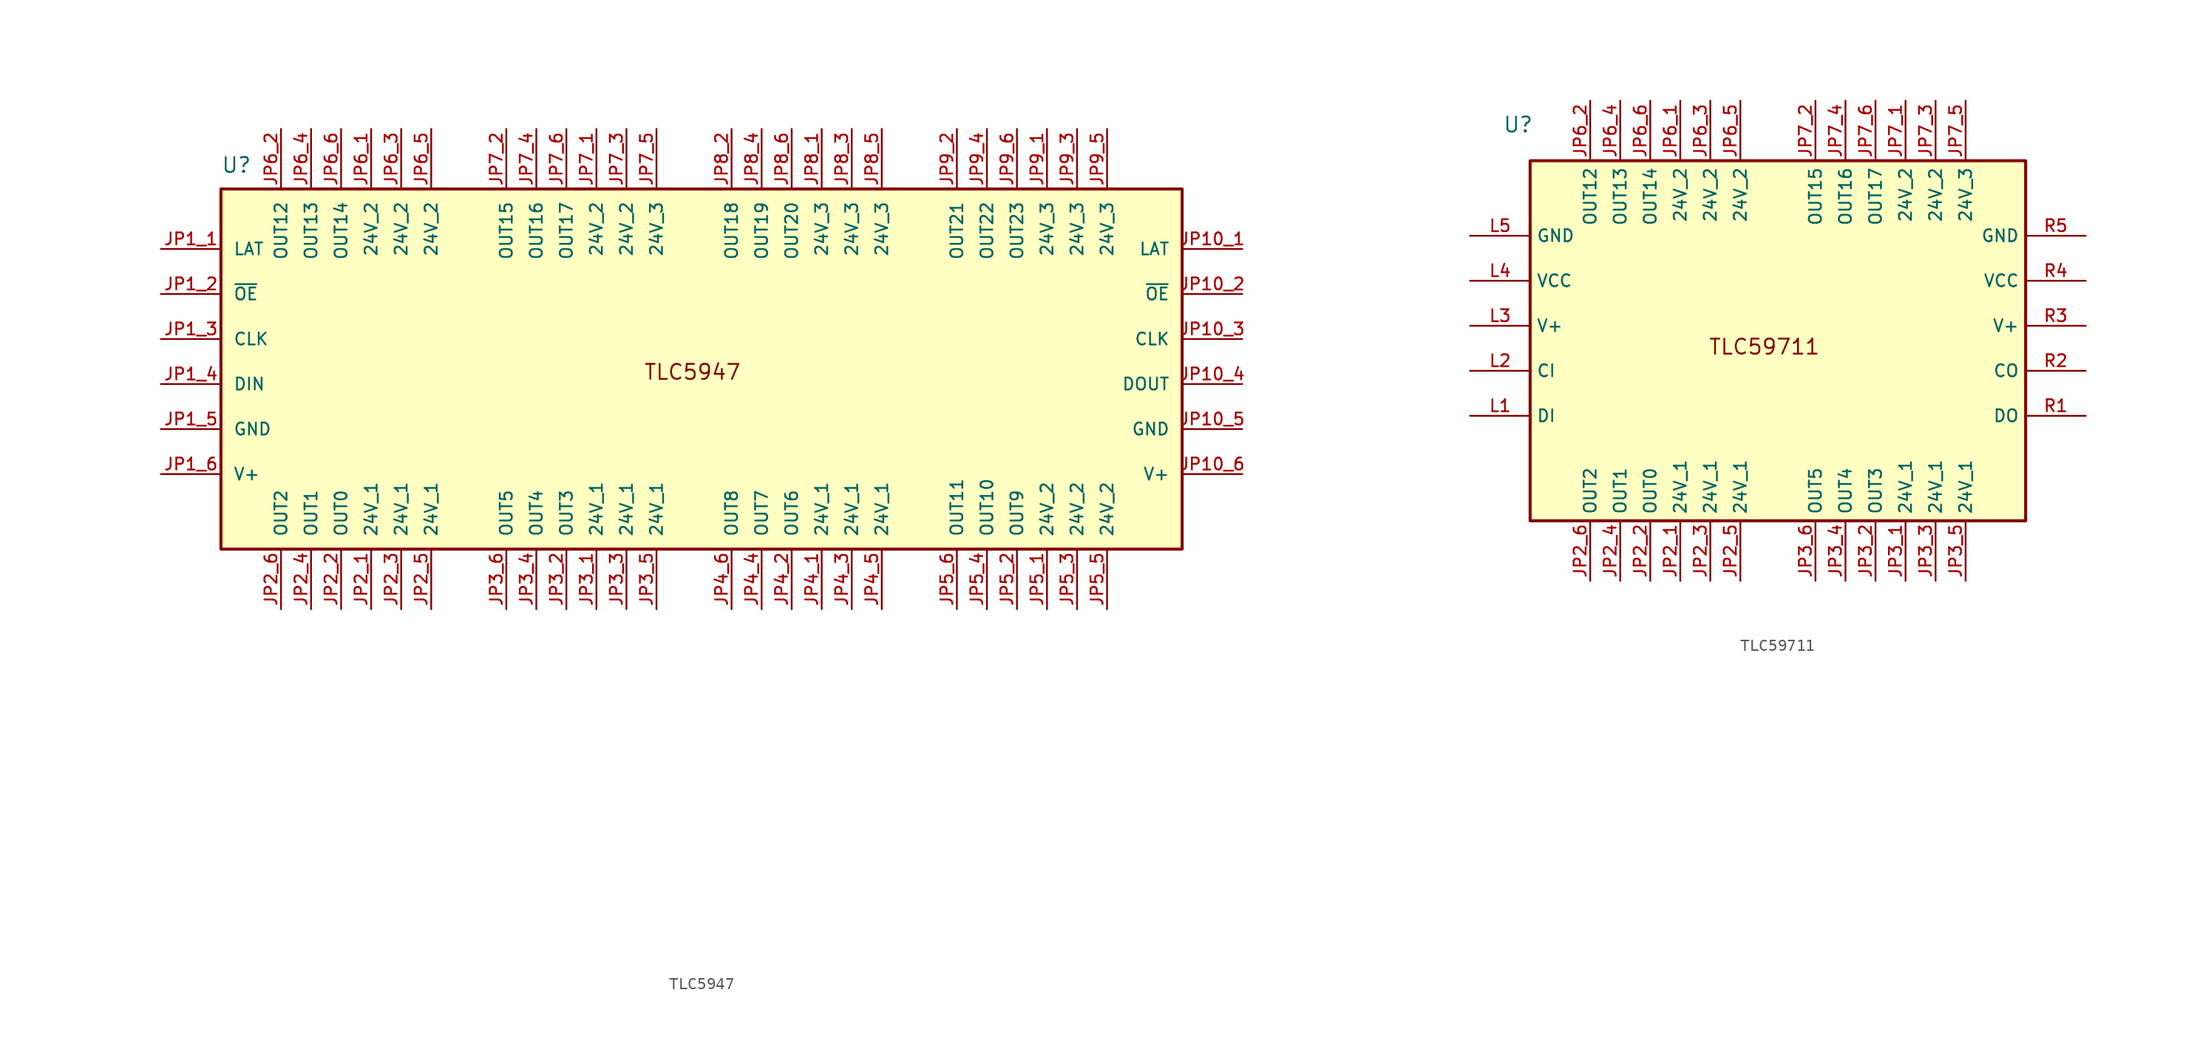
<source format=kicad_sym>
(kicad_symbol_lib
  (version 20231120)
  (generator "kicad_symbol_editor")
  (generator_version "8.0")
  (symbol "TLC5947"
    (pin_names
      (offset 1.016))
    (property "Reference" "U"
      (at -39.37 16.51 0)
      (effects (font (size 1.27 1.27)) (justify left bottom)))
    (property "Value" ""
      (at -15.24 -44.45 0)
      (effects (font (size 1.27 1.27)) (justify left bottom)))
    (symbol "TLC5947_0_0"
      (rectangle (start -39.37 15.24) (end 41.91 -15.24) (stroke (width 0.254) (type default)) (fill (type background)))
      (pin bidirectional line (at 46.99 10.16 180) (length 5.08) (name "LAT" (effects (font (size 1.016 1.016)))) (number "JP10_1" (effects (font (size 1.016 1.016)))))
      (pin input line (at 46.99 6.35 180) (length 5.08) (name "~{OE}" (effects (font (size 1.016 1.016)))) (number "JP10_2" (effects (font (size 1.016 1.016)))))
      (pin input line (at 46.99 2.54 180) (length 5.08) (name "CLK" (effects (font (size 1.016 1.016)))) (number "JP10_3" (effects (font (size 1.016 1.016)))))
      (pin output line (at 46.99 -1.27 180) (length 5.08) (name "DOUT" (effects (font (size 1.016 1.016)))) (number "JP10_4" (effects (font (size 1.016 1.016)))))
      (pin power_in line (at 46.99 -5.08 180) (length 5.08) (name "GND" (effects (font (size 1.016 1.016)))) (number "JP10_5" (effects (font (size 1.016 1.016)))))
      (pin power_in line (at 46.99 -8.89 180) (length 5.08) (name "V+" (effects (font (size 1.016 1.016)))) (number "JP10_6" (effects (font (size 1.016 1.016)))))
      (pin bidirectional line (at -44.45 10.16 0) (length 5.08) (name "LAT" (effects (font (size 1.016 1.016)))) (number "JP1_1" (effects (font (size 1.016 1.016)))))
      (pin input line (at -44.45 6.35 0) (length 5.08) (name "~{OE}" (effects (font (size 1.016 1.016)))) (number "JP1_2" (effects (font (size 1.016 1.016)))))
      (pin input line (at -44.45 2.54 0) (length 5.08) (name "CLK" (effects (font (size 1.016 1.016)))) (number "JP1_3" (effects (font (size 1.016 1.016)))))
      (pin input line (at -44.45 -1.27 0) (length 5.08) (name "DIN" (effects (font (size 1.016 1.016)))) (number "JP1_4" (effects (font (size 1.016 1.016)))))
      (pin power_in line (at -44.45 -5.08 0) (length 5.08) (name "GND" (effects (font (size 1.016 1.016)))) (number "JP1_5" (effects (font (size 1.016 1.016)))))
      (pin power_in line (at -44.45 -8.89 0) (length 5.08) (name "V+" (effects (font (size 1.016 1.016)))) (number "JP1_6" (effects (font (size 1.016 1.016)))))
      (pin power_in line (at -26.67 -20.32 90) (length 5.08) (name "24V_1" (effects (font (size 1.016 1.016)))) (number "JP2_1" (effects (font (size 1.016 1.016)))))
      (pin output line (at -29.21 -20.32 90) (length 5.08) (name "OUT0" (effects (font (size 1.016 1.016)))) (number "JP2_2" (effects (font (size 1.016 1.016)))))
      (pin power_in line (at -24.13 -20.32 90) (length 5.08) (name "24V_1" (effects (font (size 1.016 1.016)))) (number "JP2_3" (effects (font (size 1.016 1.016)))))
      (pin output line (at -31.75 -20.32 90) (length 5.08) (name "OUT1" (effects (font (size 1.016 1.016)))) (number "JP2_4" (effects (font (size 1.016 1.016)))))
      (pin power_in line (at -21.59 -20.32 90) (length 5.08) (name "24V_1" (effects (font (size 1.016 1.016)))) (number "JP2_5" (effects (font (size 1.016 1.016)))))
      (pin output line (at -34.29 -20.32 90) (length 5.08) (name "OUT2" (effects (font (size 1.016 1.016)))) (number "JP2_6" (effects (font (size 1.016 1.016)))))
      (pin power_in line (at -7.62 -20.32 90) (length 5.08) (name "24V_1" (effects (font (size 1.016 1.016)))) (number "JP3_1" (effects (font (size 1.016 1.016)))))
      (pin output line (at -10.16 -20.32 90) (length 5.08) (name "OUT3" (effects (font (size 1.016 1.016)))) (number "JP3_2" (effects (font (size 1.016 1.016)))))
      (pin power_in line (at -5.08 -20.32 90) (length 5.08) (name "24V_1" (effects (font (size 1.016 1.016)))) (number "JP3_3" (effects (font (size 1.016 1.016)))))
      (pin output line (at -12.7 -20.32 90) (length 5.08) (name "OUT4" (effects (font (size 1.016 1.016)))) (number "JP3_4" (effects (font (size 1.016 1.016)))))
      (pin power_in line (at -2.54 -20.32 90) (length 5.08) (name "24V_1" (effects (font (size 1.016 1.016)))) (number "JP3_5" (effects (font (size 1.016 1.016)))))
      (pin output line (at -15.24 -20.32 90) (length 5.08) (name "OUT5" (effects (font (size 1.016 1.016)))) (number "JP3_6" (effects (font (size 1.016 1.016)))))
      (pin power_in line (at 11.43 -20.32 90) (length 5.08) (name "24V_1" (effects (font (size 1.016 1.016)))) (number "JP4_1" (effects (font (size 1.016 1.016)))))
      (pin output line (at 8.89 -20.32 90) (length 5.08) (name "OUT6" (effects (font (size 1.016 1.016)))) (number "JP4_2" (effects (font (size 1.016 1.016)))))
      (pin power_in line (at 13.97 -20.32 90) (length 5.08) (name "24V_1" (effects (font (size 1.016 1.016)))) (number "JP4_3" (effects (font (size 1.016 1.016)))))
      (pin output line (at 6.35 -20.32 90) (length 5.08) (name "OUT7" (effects (font (size 1.016 1.016)))) (number "JP4_4" (effects (font (size 1.016 1.016)))))
      (pin power_in line (at 16.51 -20.32 90) (length 5.08) (name "24V_1" (effects (font (size 1.016 1.016)))) (number "JP4_5" (effects (font (size 1.016 1.016)))))
      (pin output line (at 3.81 -20.32 90) (length 5.08) (name "OUT8" (effects (font (size 1.016 1.016)))) (number "JP4_6" (effects (font (size 1.016 1.016)))))
      (pin power_in line (at 30.48 -20.32 90) (length 5.08) (name "24V_2" (effects (font (size 1.016 1.016)))) (number "JP5_1" (effects (font (size 1.016 1.016)))))
      (pin output line (at 27.94 -20.32 90) (length 5.08) (name "OUT9" (effects (font (size 1.016 1.016)))) (number "JP5_2" (effects (font (size 1.016 1.016)))))
      (pin power_in line (at 33.02 -20.32 90) (length 5.08) (name "24V_2" (effects (font (size 1.016 1.016)))) (number "JP5_3" (effects (font (size 1.016 1.016)))))
      (pin output line (at 25.4 -20.32 90) (length 5.08) (name "OUT10" (effects (font (size 1.016 1.016)))) (number "JP5_4" (effects (font (size 1.016 1.016)))))
      (pin power_in line (at 35.56 -20.32 90) (length 5.08) (name "24V_2" (effects (font (size 1.016 1.016)))) (number "JP5_5" (effects (font (size 1.016 1.016)))))
      (pin output line (at 22.86 -20.32 90) (length 5.08) (name "OUT11" (effects (font (size 1.016 1.016)))) (number "JP5_6" (effects (font (size 1.016 1.016)))))
      (pin power_in line (at -26.67 20.32 270) (length 5.08) (name "24V_2" (effects (font (size 1.016 1.016)))) (number "JP6_1" (effects (font (size 1.016 1.016)))))
      (pin output line (at -34.29 20.32 270) (length 5.08) (name "OUT12" (effects (font (size 1.016 1.016)))) (number "JP6_2" (effects (font (size 1.016 1.016)))))
      (pin power_in line (at -24.13 20.32 270) (length 5.08) (name "24V_2" (effects (font (size 1.016 1.016)))) (number "JP6_3" (effects (font (size 1.016 1.016)))))
      (pin output line (at -31.75 20.32 270) (length 5.08) (name "OUT13" (effects (font (size 1.016 1.016)))) (number "JP6_4" (effects (font (size 1.016 1.016)))))
      (pin power_in line (at -21.59 20.32 270) (length 5.08) (name "24V_2" (effects (font (size 1.016 1.016)))) (number "JP6_5" (effects (font (size 1.016 1.016)))))
      (pin output line (at -29.21 20.32 270) (length 5.08) (name "OUT14" (effects (font (size 1.016 1.016)))) (number "JP6_6" (effects (font (size 1.016 1.016)))))
      (pin power_in line (at -7.62 20.32 270) (length 5.08) (name "24V_2" (effects (font (size 1.016 1.016)))) (number "JP7_1" (effects (font (size 1.016 1.016)))))
      (pin output line (at -15.24 20.32 270) (length 5.08) (name "OUT15" (effects (font (size 1.016 1.016)))) (number "JP7_2" (effects (font (size 1.016 1.016)))))
      (pin power_in line (at -5.08 20.32 270) (length 5.08) (name "24V_2" (effects (font (size 1.016 1.016)))) (number "JP7_3" (effects (font (size 1.016 1.016)))))
      (pin output line (at -12.7 20.32 270) (length 5.08) (name "OUT16" (effects (font (size 1.016 1.016)))) (number "JP7_4" (effects (font (size 1.016 1.016)))))
      (pin power_in line (at -2.54 20.32 270) (length 5.08) (name "24V_3" (effects (font (size 1.016 1.016)))) (number "JP7_5" (effects (font (size 1.016 1.016)))))
      (pin output line (at -10.16 20.32 270) (length 5.08) (name "OUT17" (effects (font (size 1.016 1.016)))) (number "JP7_6" (effects (font (size 1.016 1.016)))))
      (pin power_in line (at 11.43 20.32 270) (length 5.08) (name "24V_3" (effects (font (size 1.016 1.016)))) (number "JP8_1" (effects (font (size 1.016 1.016)))))
      (pin output line (at 3.81 20.32 270) (length 5.08) (name "OUT18" (effects (font (size 1.016 1.016)))) (number "JP8_2" (effects (font (size 1.016 1.016)))))
      (pin power_in line (at 13.97 20.32 270) (length 5.08) (name "24V_3" (effects (font (size 1.016 1.016)))) (number "JP8_3" (effects (font (size 1.016 1.016)))))
      (pin output line (at 6.35 20.32 270) (length 5.08) (name "OUT19" (effects (font (size 1.016 1.016)))) (number "JP8_4" (effects (font (size 1.016 1.016)))))
      (pin power_in line (at 16.51 20.32 270) (length 5.08) (name "24V_3" (effects (font (size 1.016 1.016)))) (number "JP8_5" (effects (font (size 1.016 1.016)))))
      (pin output line (at 8.89 20.32 270) (length 5.08) (name "OUT20" (effects (font (size 1.016 1.016)))) (number "JP8_6" (effects (font (size 1.016 1.016)))))
      (pin power_in line (at 30.48 20.32 270) (length 5.08) (name "24V_3" (effects (font (size 1.016 1.016)))) (number "JP9_1" (effects (font (size 1.016 1.016)))))
      (pin output line (at 22.86 20.32 270) (length 5.08) (name "OUT21" (effects (font (size 1.016 1.016)))) (number "JP9_2" (effects (font (size 1.016 1.016)))))
      (pin power_in line (at 33.02 20.32 270) (length 5.08) (name "24V_3" (effects (font (size 1.016 1.016)))) (number "JP9_3" (effects (font (size 1.016 1.016)))))
      (pin output line (at 25.4 20.32 270) (length 5.08) (name "OUT22" (effects (font (size 1.016 1.016)))) (number "JP9_4" (effects (font (size 1.016 1.016)))))
      (pin power_in line (at 35.56 20.32 270) (length 5.08) (name "24V_3" (effects (font (size 1.016 1.016)))) (number "JP9_5" (effects (font (size 1.016 1.016)))))
      (pin output line (at 27.94 20.32 270) (length 5.08) (name "OUT23" (effects (font (size 1.016 1.016)))) (number "JP9_6" (effects (font (size 1.016 1.016))))))
    (symbol "TLC5947_1_1"
      (text "TLC5947" (at 0.508 -0.254 0) (effects (font (size 1.27 1.27))))))
  (symbol "TLC59711"
    (property "Reference" "U"
      (at -21.336 18.288 0)
      (effects (font (size 1.27 1.27))))
    (property "Value" ""
      (at 13.97 0 0)
      (effects (font (size 1.27 1.27))))
    (symbol "TLC59711_0_0"
      (rectangle (start -20.32 15.24) (end 21.59 -15.24) (stroke (width 0.254) (type default)) (fill (type background)))
      (pin power_in line (at -7.62 -20.32 90) (length 5.08) (name "24V_1" (effects (font (size 1.016 1.016)))) (number "JP2_1" (effects (font (size 1.016 1.016)))))
      (pin output line (at -10.16 -20.32 90) (length 5.08) (name "OUT0" (effects (font (size 1.016 1.016)))) (number "JP2_2" (effects (font (size 1.016 1.016)))))
      (pin power_in line (at -5.08 -20.32 90) (length 5.08) (name "24V_1" (effects (font (size 1.016 1.016)))) (number "JP2_3" (effects (font (size 1.016 1.016)))))
      (pin output line (at -12.7 -20.32 90) (length 5.08) (name "OUT1" (effects (font (size 1.016 1.016)))) (number "JP2_4" (effects (font (size 1.016 1.016)))))
      (pin power_in line (at -2.54 -20.32 90) (length 5.08) (name "24V_1" (effects (font (size 1.016 1.016)))) (number "JP2_5" (effects (font (size 1.016 1.016)))))
      (pin output line (at -15.24 -20.32 90) (length 5.08) (name "OUT2" (effects (font (size 1.016 1.016)))) (number "JP2_6" (effects (font (size 1.016 1.016)))))
      (pin power_in line (at 11.43 -20.32 90) (length 5.08) (name "24V_1" (effects (font (size 1.016 1.016)))) (number "JP3_1" (effects (font (size 1.016 1.016)))))
      (pin output line (at 8.89 -20.32 90) (length 5.08) (name "OUT3" (effects (font (size 1.016 1.016)))) (number "JP3_2" (effects (font (size 1.016 1.016)))))
      (pin power_in line (at 13.97 -20.32 90) (length 5.08) (name "24V_1" (effects (font (size 1.016 1.016)))) (number "JP3_3" (effects (font (size 1.016 1.016)))))
      (pin output line (at 6.35 -20.32 90) (length 5.08) (name "OUT4" (effects (font (size 1.016 1.016)))) (number "JP3_4" (effects (font (size 1.016 1.016)))))
      (pin power_in line (at 16.51 -20.32 90) (length 5.08) (name "24V_1" (effects (font (size 1.016 1.016)))) (number "JP3_5" (effects (font (size 1.016 1.016)))))
      (pin output line (at 3.81 -20.32 90) (length 5.08) (name "OUT5" (effects (font (size 1.016 1.016)))) (number "JP3_6" (effects (font (size 1.016 1.016)))))
      (pin power_in line (at -7.62 20.32 270) (length 5.08) (name "24V_2" (effects (font (size 1.016 1.016)))) (number "JP6_1" (effects (font (size 1.016 1.016)))))
      (pin output line (at -15.24 20.32 270) (length 5.08) (name "OUT12" (effects (font (size 1.016 1.016)))) (number "JP6_2" (effects (font (size 1.016 1.016)))))
      (pin power_in line (at -5.08 20.32 270) (length 5.08) (name "24V_2" (effects (font (size 1.016 1.016)))) (number "JP6_3" (effects (font (size 1.016 1.016)))))
      (pin output line (at -12.7 20.32 270) (length 5.08) (name "OUT13" (effects (font (size 1.016 1.016)))) (number "JP6_4" (effects (font (size 1.016 1.016)))))
      (pin power_in line (at -2.54 20.32 270) (length 5.08) (name "24V_2" (effects (font (size 1.016 1.016)))) (number "JP6_5" (effects (font (size 1.016 1.016)))))
      (pin output line (at -10.16 20.32 270) (length 5.08) (name "OUT14" (effects (font (size 1.016 1.016)))) (number "JP6_6" (effects (font (size 1.016 1.016)))))
      (pin power_in line (at 11.43 20.32 270) (length 5.08) (name "24V_2" (effects (font (size 1.016 1.016)))) (number "JP7_1" (effects (font (size 1.016 1.016)))))
      (pin output line (at 3.81 20.32 270) (length 5.08) (name "OUT15" (effects (font (size 1.016 1.016)))) (number "JP7_2" (effects (font (size 1.016 1.016)))))
      (pin power_in line (at 13.97 20.32 270) (length 5.08) (name "24V_2" (effects (font (size 1.016 1.016)))) (number "JP7_3" (effects (font (size 1.016 1.016)))))
      (pin output line (at 6.35 20.32 270) (length 5.08) (name "OUT16" (effects (font (size 1.016 1.016)))) (number "JP7_4" (effects (font (size 1.016 1.016)))))
      (pin power_in line (at 16.51 20.32 270) (length 5.08) (name "24V_3" (effects (font (size 1.016 1.016)))) (number "JP7_5" (effects (font (size 1.016 1.016)))))
      (pin output line (at 8.89 20.32 270) (length 5.08) (name "OUT17" (effects (font (size 1.016 1.016)))) (number "JP7_6" (effects (font (size 1.016 1.016))))))
    (symbol "TLC59711_1_0"
      (pin input line (at -25.4 -6.35 0) (length 5.08) (name "DI" (effects (font (size 1.016 1.016)))) (number "L1" (effects (font (size 1.016 1.016)))))
      (pin input line (at -25.4 -2.54 0) (length 5.08) (name "CI" (effects (font (size 1.016 1.016)))) (number "L2" (effects (font (size 1.016 1.016)))))
      (pin power_in line (at -25.4 1.27 0) (length 5.08) (name "V+" (effects (font (size 1.016 1.016)))) (number "L3" (effects (font (size 1.016 1.016)))))
      (pin input line (at -25.4 5.08 0) (length 5.08) (name "VCC" (effects (font (size 1.016 1.016)))) (number "L4" (effects (font (size 1.016 1.016)))))
      (pin power_in line (at -25.4 8.89 0) (length 5.08) (name "GND" (effects (font (size 1.016 1.016)))) (number "L5" (effects (font (size 1.016 1.016)))))
      (pin output line (at 26.67 -6.35 180) (length 5.08) (name "DO" (effects (font (size 1.016 1.016)))) (number "R1" (effects (font (size 1.016 1.016)))))
      (pin output line (at 26.67 -2.54 180) (length 5.08) (name "CO" (effects (font (size 1.016 1.016)))) (number "R2" (effects (font (size 1.016 1.016)))))
      (pin power_in line (at 26.67 1.27 180) (length 5.08) (name "V+" (effects (font (size 1.016 1.016)))) (number "R3" (effects (font (size 1.016 1.016)))))
      (pin input line (at 26.67 5.08 180) (length 5.08) (name "VCC" (effects (font (size 1.016 1.016)))) (number "R4" (effects (font (size 1.016 1.016)))))
      (pin power_out line (at 26.67 8.89 180) (length 5.08) (name "GND" (effects (font (size 1.016 1.016)))) (number "R5" (effects (font (size 1.016 1.016))))))
    (symbol "TLC59711_1_1"
      (text "TLC59711" (at -0.508 -0.508 0) (effects (font (size 1.27 1.27)))))))
</source>
